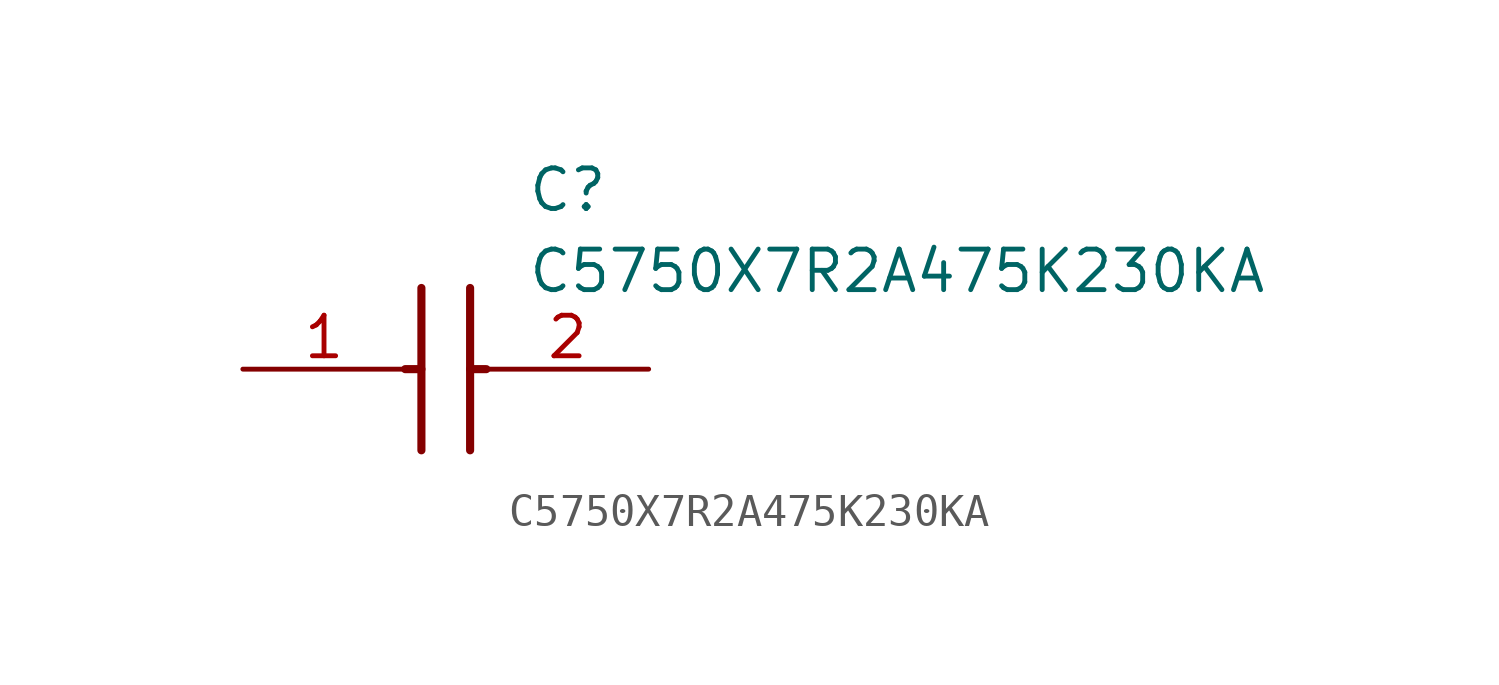
<source format=kicad_sym>
(kicad_symbol_lib
  (version 20211014)
  (generator SamacSys_ECAD_Model)
  (symbol "C5750X7R2A475K230KA"
    (pin_names hide)
    (property "Reference" "C"
      (at 8.89 6.35 0)
      (effects (font (size 1.27 1.27)) (justify left top)))
    (property "Value" "C5750X7R2A475K230KA"
      (at 8.89 3.81 0)
      (effects (font (size 1.27 1.27)) (justify left top)))
    (polyline
      (pts (xy 5.588 2.54) (xy 5.588 -2.54))
      (stroke (width 0.254) (type default))
      (fill (type none)))
    (polyline
      (pts (xy 7.112 2.54) (xy 7.112 -2.54))
      (stroke (width 0.254) (type default))
      (fill (type none)))
    (polyline
      (pts (xy 5.08 0) (xy 5.588 0))
      (stroke (width 0.254) (type default))
      (fill (type none)))
    (polyline
      (pts (xy 7.112 0) (xy 7.62 0))
      (stroke (width 0.254) (type default))
      (fill (type none)))
    (pin passive line
      (at 0 0 0)
      (length 5.08)
      (name "1" (effects (font (size 1.27 1.27))))
      (number "1" (effects (font (size 1.27 1.27)))))
    (pin passive line
      (at 12.7 0 180)
      (length 5.08)
      (name "2" (effects (font (size 1.27 1.27))))
      (number "2" (effects (font (size 1.27 1.27)))))))
</source>
